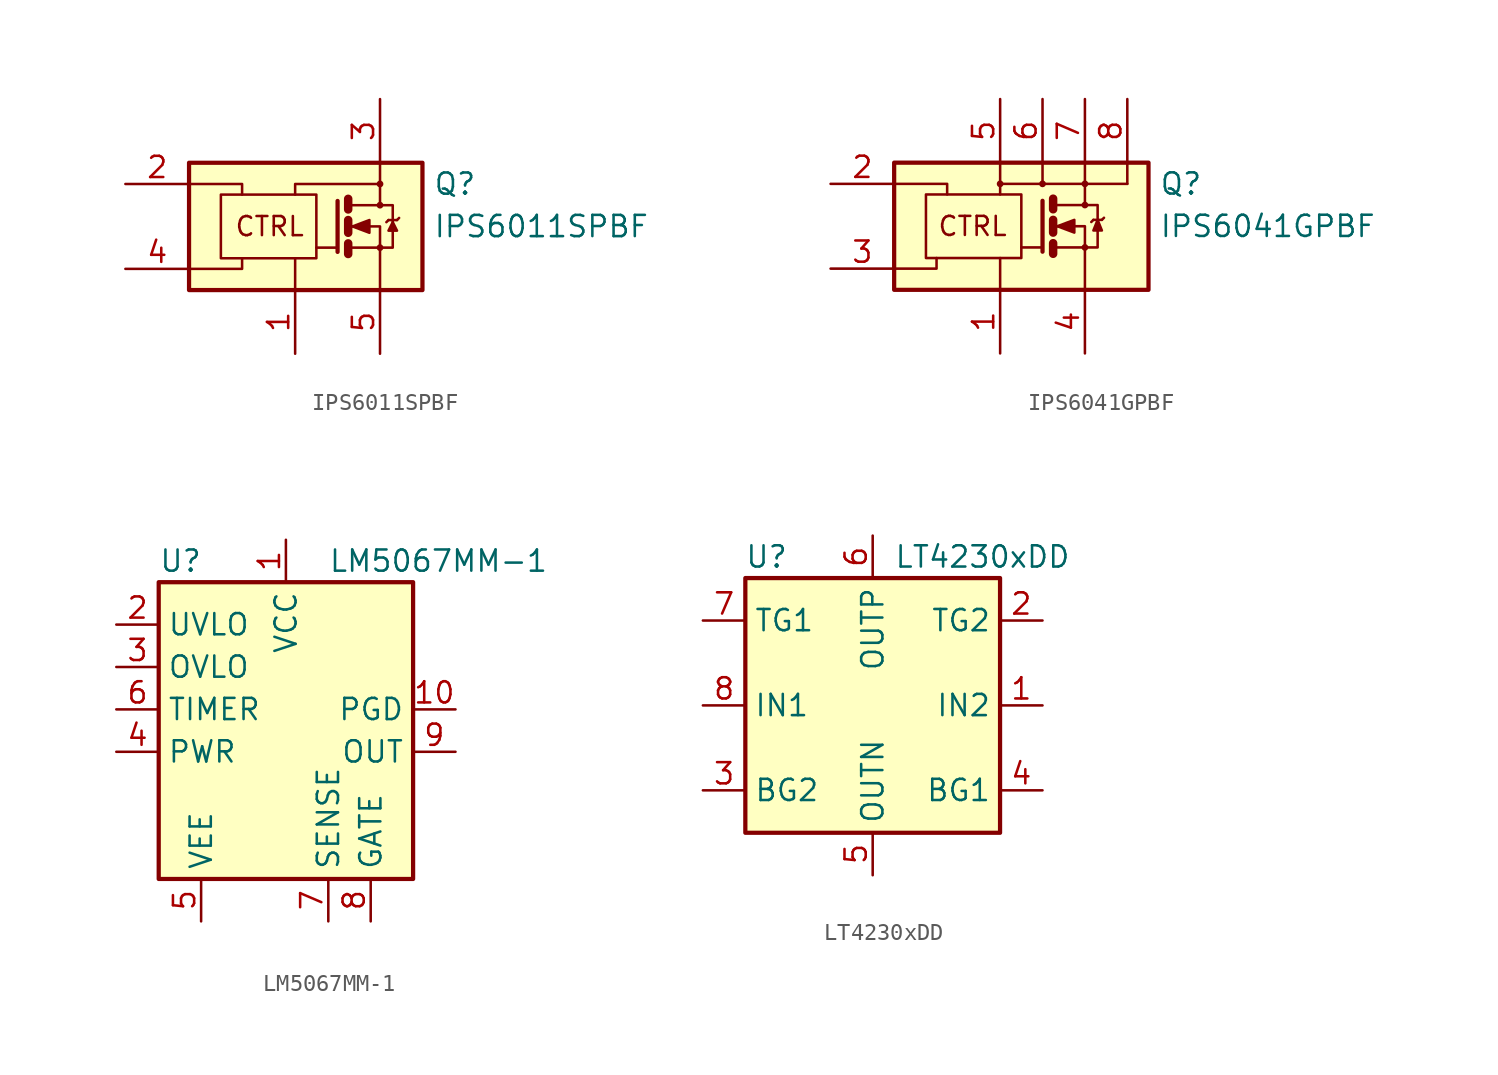
<source format=kicad_sym>
(kicad_symbol_lib
  (version 20241209)
  (generator "kicad_symbol_editor")
  (generator_version "9.0")
  (symbol "IPS6011SPBF"
    (pin_names
      (offset 0)
      (hide yes))
    (property "Reference" "Q"
      (at 8.255 2.54 0)
      (effects (font (size 1.27 1.27)) (justify left)))
    (property "Value" "IPS6011SPBF"
      (at 8.255 0 0)
      (effects (font (size 1.27 1.27)) (justify left)))
    (symbol "IPS6011SPBF_0_0"
      (rectangle (start -6.35 3.81) (end 7.62 -3.81) (stroke (width 0.254) (type default)) (fill (type background)))
      (polyline (pts (xy -6.35 2.54) (xy -3.175 2.54) (xy -3.175 1.905)) (stroke (width 0) (type default)) (fill (type none)))
      (polyline (pts (xy -6.35 -2.54) (xy -3.175 -2.54) (xy -3.175 -1.905)) (stroke (width 0) (type default)) (fill (type none)))
      (polyline (pts (xy 0 1.905) (xy 0 2.54) (xy 5.08 2.54)) (stroke (width 0) (type default)) (fill (type none)))
      (polyline (pts (xy 0 -3.81) (xy 0 -1.905)) (stroke (width 0) (type default)) (fill (type none)))
      (circle (center 5.08 2.54) (radius 0.127) (stroke (width 0) (type default)) (fill (type none)))
      (text "CTRL" (at -1.524 0 0) (effects (font (size 1.143 1.143)))))
    (symbol "IPS6011SPBF_0_1"
      (rectangle (start -4.445 1.905) (end 1.27 -1.905) (stroke (width 0) (type default)) (fill (type none)))
      (polyline (pts (xy 2.54 1.524) (xy 2.54 -1.524) (xy 2.54 -1.524)) (stroke (width 0.254) (type default)) (fill (type none)))
      (polyline (pts (xy 2.54 -1.27) (xy 1.27 -1.27)) (stroke (width 0) (type default)) (fill (type none)))
      (polyline (pts (xy 3.175 1.651) (xy 3.175 1.016)) (stroke (width 0.508) (type default)) (fill (type none)))
      (polyline (pts (xy 3.175 0.381) (xy 3.175 -0.381)) (stroke (width 0.508) (type default)) (fill (type none)))
      (polyline (pts (xy 3.175 -1.016) (xy 3.175 -1.651)) (stroke (width 0.508) (type default)) (fill (type none)))
      (polyline (pts (xy 3.302 1.27) (xy 5.08 1.27) (xy 5.08 3.81) (xy 5.08 2.54)) (stroke (width 0) (type default)) (fill (type none)))
      (polyline (pts (xy 3.302 0) (xy 5.08 0) (xy 5.08 -1.27)) (stroke (width 0) (type default)) (fill (type none)))
      (polyline (pts (xy 3.302 -1.27) (xy 5.08 -1.27) (xy 5.08 -3.81)) (stroke (width 0) (type default)) (fill (type none)))
      (polyline (pts (xy 3.429 0) (xy 4.445 0.381) (xy 4.445 -0.381) (xy 3.429 0) (xy 3.556 0) (xy 3.556 0)) (stroke (width 0) (type default)) (fill (type outline)))
      (circle (center 5.08 1.27) (radius 0.127) (stroke (width 0) (type default)) (fill (type none)))
      (polyline (pts (xy 5.08 -1.27) (xy 5.842 -1.27) (xy 5.842 1.27) (xy 5.08 1.27)) (stroke (width 0) (type default)) (fill (type none)))
      (circle (center 5.08 -1.27) (radius 0.127) (stroke (width 0) (type default)) (fill (type none)))
      (polyline (pts (xy 5.588 0.381) (xy 5.461 0.254)) (stroke (width 0) (type default)) (fill (type none)))
      (polyline (pts (xy 5.588 0.381) (xy 6.096 0.381)) (stroke (width 0) (type default)) (fill (type none)))
      (polyline (pts (xy 5.842 0.254) (xy 5.588 -0.254) (xy 6.096 -0.254) (xy 5.842 0.254)) (stroke (width 0) (type default)) (fill (type outline)))
      (polyline (pts (xy 6.096 0.381) (xy 6.223 0.508)) (stroke (width 0) (type default)) (fill (type none))))
    (symbol "IPS6011SPBF_1_1"
      (pin input line (at -10.16 2.54 0) (length 3.81) (name "IN" (effects (font (size 1.27 1.27)))) (number "2" (effects (font (size 1.27 1.27)))))
      (pin bidirectional line (at -10.16 -2.54 0) (length 3.81) (name "DG" (effects (font (size 1.27 1.27)))) (number "4" (effects (font (size 1.27 1.27)))))
      (pin power_in line (at 0 -7.62 90) (length 3.81) (name "GND" (effects (font (size 1.27 1.27)))) (number "1" (effects (font (size 1.27 1.27)))))
      (pin power_in line (at 5.08 7.62 270) (length 3.81) (name "VCC" (effects (font (size 1.27 1.27)))) (number "3" (effects (font (size 1.27 1.27)))))
      (pin output line (at 5.08 -7.62 90) (length 3.81) (name "OUT" (effects (font (size 1.27 1.27)))) (number "5" (effects (font (size 1.27 1.27)))))))
  (symbol "IPS6041GPBF"
    (pin_names
      (offset 0)
      (hide yes))
    (property "Reference" "Q"
      (at 9.525 2.54 0)
      (effects (font (size 1.27 1.27)) (justify left)))
    (property "Value" "IPS6041GPBF"
      (at 9.525 0 0)
      (effects (font (size 1.27 1.27)) (justify left)))
    (symbol "IPS6041GPBF_0_0"
      (rectangle (start -6.35 3.81) (end 8.89 -3.81) (stroke (width 0.254) (type default)) (fill (type background)))
      (polyline (pts (xy -6.35 2.54) (xy -3.175 2.54) (xy -3.175 1.905)) (stroke (width 0) (type default)) (fill (type none)))
      (polyline (pts (xy -6.35 -2.54) (xy -3.81 -2.54) (xy -3.81 -1.905)) (stroke (width 0) (type default)) (fill (type none)))
      (circle (center 0 2.54) (radius 0.127) (stroke (width 0) (type default)) (fill (type none)))
      (polyline (pts (xy 0 2.54) (xy 0 3.81)) (stroke (width 0) (type default)) (fill (type none)))
      (polyline (pts (xy 0 1.905) (xy 0 2.54) (xy 5.08 2.54)) (stroke (width 0) (type default)) (fill (type none)))
      (polyline (pts (xy 0 -3.81) (xy 0 -1.905)) (stroke (width 0) (type default)) (fill (type none)))
      (polyline (pts (xy 2.54 2.54) (xy 2.54 3.81)) (stroke (width 0) (type default)) (fill (type none)))
      (circle (center 2.54 2.54) (radius 0.127) (stroke (width 0) (type default)) (fill (type none)))
      (circle (center 5.08 2.54) (radius 0.127) (stroke (width 0) (type default)) (fill (type none)))
      (text "CTRL" (at -1.651 0 0) (effects (font (size 1.143 1.143)))))
    (symbol "IPS6041GPBF_0_1"
      (rectangle (start -4.445 1.905) (end 1.27 -1.905) (stroke (width 0) (type default)) (fill (type none)))
      (polyline (pts (xy 2.54 1.524) (xy 2.54 -1.524) (xy 2.54 -1.524)) (stroke (width 0.254) (type default)) (fill (type none)))
      (polyline (pts (xy 2.54 -1.27) (xy 1.27 -1.27)) (stroke (width 0) (type default)) (fill (type none)))
      (polyline (pts (xy 3.175 1.651) (xy 3.175 1.016)) (stroke (width 0.508) (type default)) (fill (type none)))
      (polyline (pts (xy 3.175 0.381) (xy 3.175 -0.381)) (stroke (width 0.508) (type default)) (fill (type none)))
      (polyline (pts (xy 3.175 -1.016) (xy 3.175 -1.651)) (stroke (width 0.508) (type default)) (fill (type none)))
      (polyline (pts (xy 3.302 1.27) (xy 5.08 1.27)) (stroke (width 0) (type default)) (fill (type none)))
      (polyline (pts (xy 3.302 0) (xy 5.08 0) (xy 5.08 -3.81)) (stroke (width 0) (type default)) (fill (type none)))
      (polyline (pts (xy 3.302 -1.27) (xy 5.08 -1.27)) (stroke (width 0) (type default)) (fill (type none)))
      (polyline (pts (xy 3.429 0) (xy 4.445 0.381) (xy 4.445 -0.381) (xy 3.429 0) (xy 3.556 0) (xy 3.556 0)) (stroke (width 0) (type default)) (fill (type outline)))
      (polyline (pts (xy 5.08 2.54) (xy 7.62 2.54)) (stroke (width 0) (type default)) (fill (type none)))
      (polyline (pts (xy 5.08 1.27) (xy 5.08 3.81)) (stroke (width 0) (type default)) (fill (type none)))
      (circle (center 5.08 1.27) (radius 0.127) (stroke (width 0) (type default)) (fill (type none)))
      (polyline (pts (xy 5.08 -1.27) (xy 5.842 -1.27) (xy 5.842 1.27) (xy 5.08 1.27)) (stroke (width 0) (type default)) (fill (type none)))
      (circle (center 5.08 -1.27) (radius 0.127) (stroke (width 0) (type default)) (fill (type none)))
      (polyline (pts (xy 5.588 0.381) (xy 5.461 0.254)) (stroke (width 0) (type default)) (fill (type none)))
      (polyline (pts (xy 5.588 0.381) (xy 6.096 0.381)) (stroke (width 0) (type default)) (fill (type none)))
      (polyline (pts (xy 5.842 0.381) (xy 5.588 -0.254) (xy 6.096 -0.254) (xy 5.842 0.381)) (stroke (width 0) (type default)) (fill (type outline)))
      (polyline (pts (xy 6.096 0.381) (xy 6.223 0.508)) (stroke (width 0) (type default)) (fill (type none)))
      (polyline (pts (xy 7.62 3.81) (xy 7.62 2.54)) (stroke (width 0) (type default)) (fill (type none))))
    (symbol "IPS6041GPBF_1_1"
      (pin input line (at -10.16 2.54 0) (length 3.81) (name "IN" (effects (font (size 1.27 1.27)))) (number "2" (effects (font (size 1.27 1.27)))))
      (pin bidirectional line (at -10.16 -2.54 0) (length 3.81) (name "DG" (effects (font (size 1.27 1.27)))) (number "3" (effects (font (size 1.27 1.27)))))
      (pin power_in line (at 0 7.62 270) (length 3.81) (name "VCC" (effects (font (size 1.27 1.27)))) (number "5" (effects (font (size 1.27 1.27)))))
      (pin power_in line (at 0 -7.62 90) (length 3.81) (name "GND" (effects (font (size 1.27 1.27)))) (number "1" (effects (font (size 1.27 1.27)))))
      (pin power_in line (at 2.54 7.62 270) (length 3.81) (name "~" (effects (font (size 1.27 1.27)))) (number "6" (effects (font (size 1.27 1.27)))))
      (pin power_in line (at 5.08 7.62 270) (length 3.81) (name "~" (effects (font (size 1.27 1.27)))) (number "7" (effects (font (size 1.27 1.27)))))
      (pin output line (at 5.08 -7.62 90) (length 3.81) (name "OUT" (effects (font (size 1.27 1.27)))) (number "4" (effects (font (size 1.27 1.27)))))
      (pin power_in line (at 7.62 7.62 270) (length 3.81) (name "~" (effects (font (size 1.27 1.27)))) (number "8" (effects (font (size 1.27 1.27)))))))
  (symbol "LM5067MM-1"
    (property "Reference" "U"
      (at -7.62 8.89 0)
      (effects (font (size 1.27 1.27)) (justify left)))
    (property "Value" "LM5067MM-1"
      (at 2.54 8.89 0)
      (effects (font (size 1.27 1.27)) (justify left)))
    (symbol "LM5067MM-1_0_1"
      (rectangle (start -7.62 7.62) (end 7.62 -10.16) (stroke (width 0.254) (type default)) (fill (type background))))
    (symbol "LM5067MM-1_1_0"
      (pin power_in line (at -5.08 -12.7 90) (length 2.54) (name "VEE" (effects (font (size 1.27 1.27)))) (number "5" (effects (font (size 1.27 1.27))))))
    (symbol "LM5067MM-1_1_1"
      (pin input line (at -10.16 5.08 0) (length 2.54) (name "UVLO" (effects (font (size 1.27 1.27)))) (number "2" (effects (font (size 1.27 1.27)))))
      (pin input line (at -10.16 2.54 0) (length 2.54) (name "OVLO" (effects (font (size 1.27 1.27)))) (number "3" (effects (font (size 1.27 1.27)))))
      (pin input line (at -10.16 0 0) (length 2.54) (name "TIMER" (effects (font (size 1.27 1.27)))) (number "6" (effects (font (size 1.27 1.27)))))
      (pin input line (at -10.16 -2.54 0) (length 2.54) (name "PWR" (effects (font (size 1.27 1.27)))) (number "4" (effects (font (size 1.27 1.27)))))
      (pin power_in line (at 0 10.16 270) (length 2.54) (name "VCC" (effects (font (size 1.27 1.27)))) (number "1" (effects (font (size 1.27 1.27)))))
      (pin input line (at 2.54 -12.7 90) (length 2.54) (name "SENSE" (effects (font (size 1.27 1.27)))) (number "7" (effects (font (size 1.27 1.27)))))
      (pin output line (at 5.08 -12.7 90) (length 2.54) (name "GATE" (effects (font (size 1.27 1.27)))) (number "8" (effects (font (size 1.27 1.27)))))
      (pin open_collector line (at 10.16 0 180) (length 2.54) (name "PGD" (effects (font (size 1.27 1.27)))) (number "10" (effects (font (size 1.27 1.27)))))
      (pin input line (at 10.16 -2.54 180) (length 2.54) (name "OUT" (effects (font (size 1.27 1.27)))) (number "9" (effects (font (size 1.27 1.27)))))))
  (symbol "LT4230xDD"
    (property "Reference" "U"
      (at -6.35 8.89 0)
      (effects (font (size 1.27 1.27))))
    (property "Value" "LT4230xDD"
      (at 1.27 8.89 0)
      (effects (font (size 1.27 1.27)) (justify left)))
    (symbol "LT4230xDD_0_1"
      (rectangle (start -7.62 7.62) (end 7.62 -7.62) (stroke (width 0.254) (type default)) (fill (type background))))
    (symbol "LT4230xDD_1_1"
      (pin output line (at -10.16 5.08 0) (length 2.54) (name "TG1" (effects (font (size 1.27 1.27)))) (number "7" (effects (font (size 1.27 1.27)))))
      (pin power_in line (at -10.16 0 0) (length 2.54) (name "IN1" (effects (font (size 1.27 1.27)))) (number "8" (effects (font (size 1.27 1.27)))))
      (pin output line (at -10.16 -5.08 0) (length 2.54) (name "BG2" (effects (font (size 1.27 1.27)))) (number "3" (effects (font (size 1.27 1.27)))))
      (pin power_in line (at 0 10.16 270) (length 2.54) (name "OUTP" (effects (font (size 1.27 1.27)))) (number "6" (effects (font (size 1.27 1.27)))))
      (pin power_in line (at 0 -10.16 90) (length 2.54) (name "OUTN" (effects (font (size 1.27 1.27)))) (number "5" (effects (font (size 1.27 1.27)))))
      (pin passive line (at 0 -10.16 90) (length 2.54) (hide yes) (name "OUTN" (effects (font (size 1.27 1.27)))) (number "9" (effects (font (size 1.27 1.27)))))
      (pin output line (at 10.16 5.08 180) (length 2.54) (name "TG2" (effects (font (size 1.27 1.27)))) (number "2" (effects (font (size 1.27 1.27)))))
      (pin power_in line (at 10.16 0 180) (length 2.54) (name "IN2" (effects (font (size 1.27 1.27)))) (number "1" (effects (font (size 1.27 1.27)))))
      (pin output line (at 10.16 -5.08 180) (length 2.54) (name "BG1" (effects (font (size 1.27 1.27)))) (number "4" (effects (font (size 1.27 1.27))))))))
</source>
